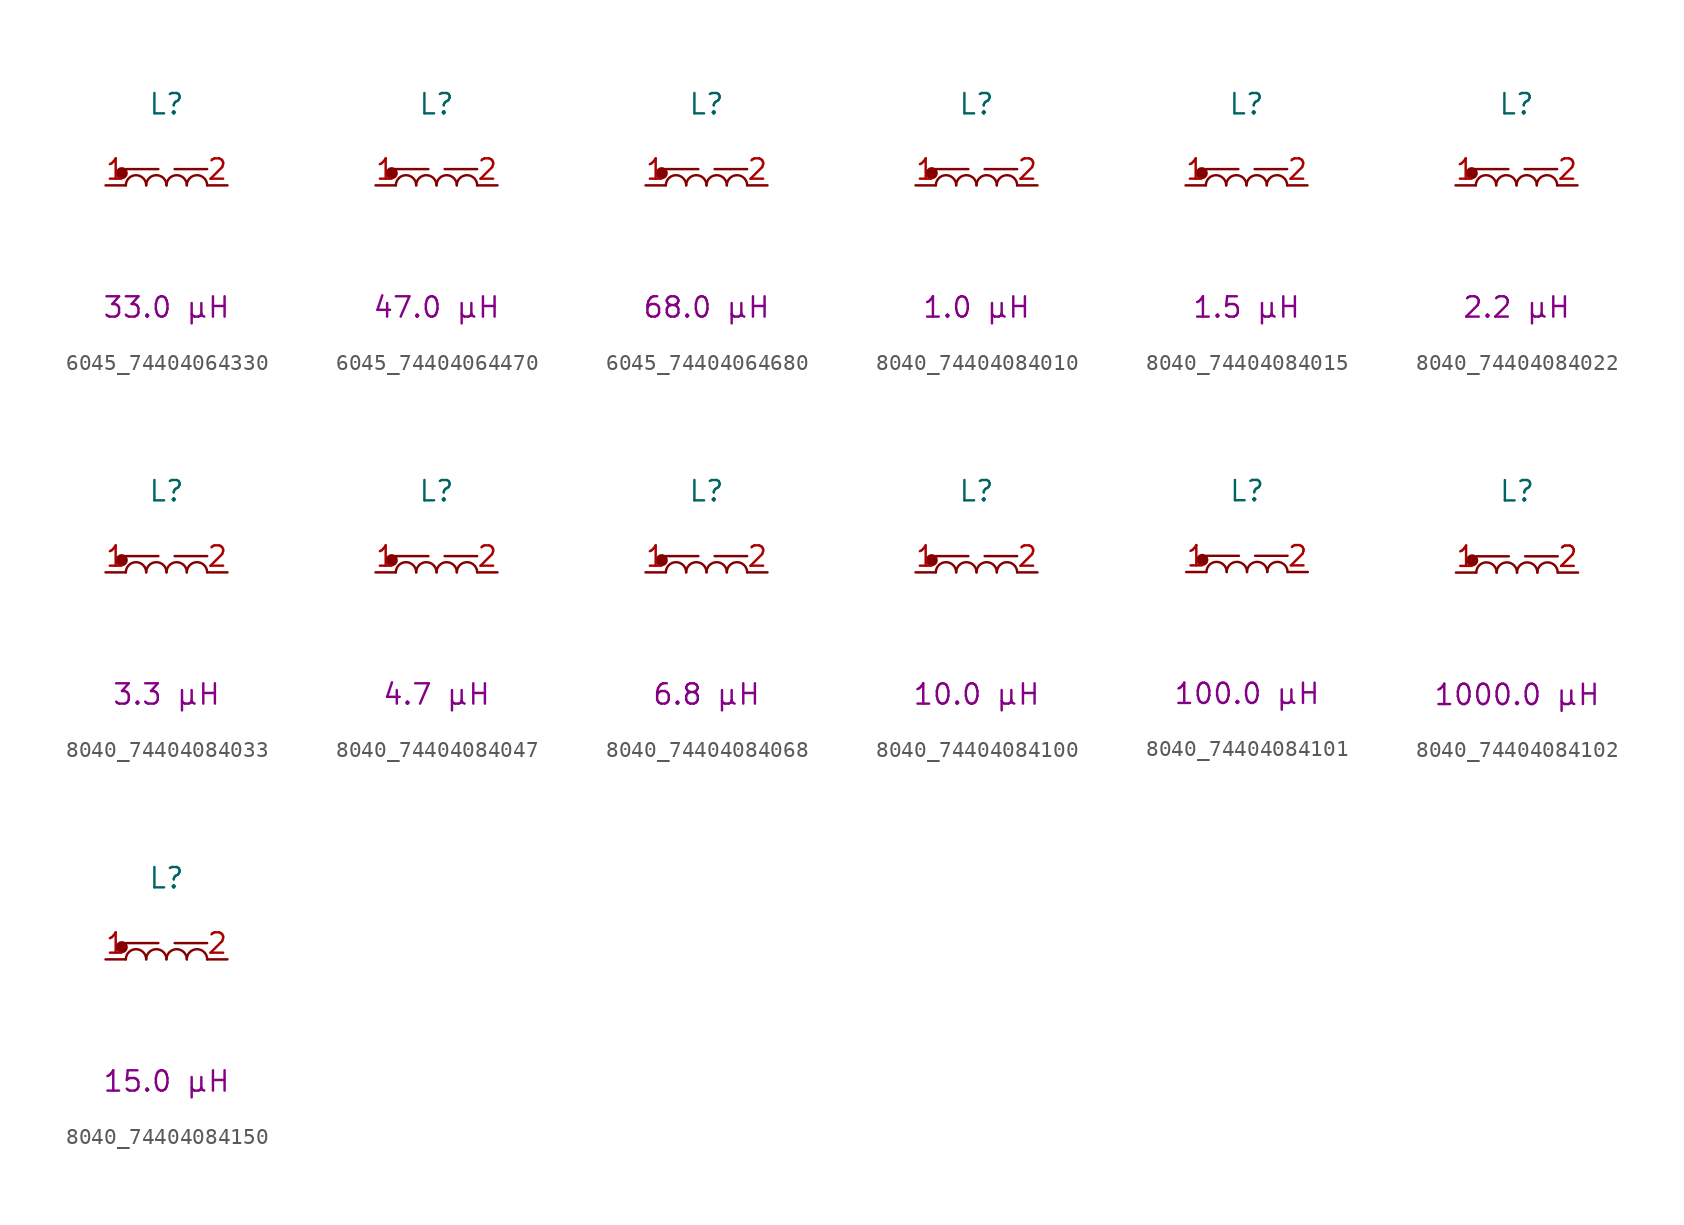
<source format=kicad_sym>
(kicad_symbol_lib
  (version 20220914)
  (generator kicad_symbol_editor)
  (symbol "6045_74404064330"
    (pin_names hide)
    (property "Reference" "L"
      (at 0 5.08 0)
      (effects (font (size 1.27 1.27))))
    (property "Critical Parameter" "33.0 µH"
      (at 0 -7.62 0)
      (effects (font (size 1.27 1.27))))
    (symbol "6045_74404064330_0_1"
      (arc (start -1.27 0) (mid -1.905 0.6323) (end -2.54 0) (stroke (width 0) (type default)) (fill (type none)))
      (arc (start 0 0) (mid -0.635 0.6323) (end -1.27 0) (stroke (width 0) (type default)) (fill (type none)))
      (polyline (pts (xy -2.54 1.016) (xy -0.508 1.016)) (stroke (width 0) (type default)) (fill (type none)))
      (arc (start 1.27 0) (mid 0.635 0.6323) (end 0 0) (stroke (width 0) (type default)) (fill (type none)))
      (arc (start 2.54 0) (mid 1.905 0.6323) (end 1.27 0) (stroke (width 0) (type default)) (fill (type none))))
    (symbol "6045_74404064330_1_1"
      (circle (center -2.794 0.762) (radius 0.0001) (stroke (width 0.381) (type default)) (fill (type none)))
      (polyline (pts (xy 2.54 1.016) (xy 0.508 1.016)) (stroke (width 0) (type default)) (fill (type none)))
      (pin passive line (at -3.81 0 0) (length 1.27) (name "1" (effects (font (size 1.27 1.27)))) (number "1" (effects (font (size 1.27 1.27)))))
      (pin passive line (at 3.81 0 180) (length 1.27) (name "2" (effects (font (size 1.27 1.27)))) (number "2" (effects (font (size 1.27 1.27)))))))
  (symbol "6045_74404064470"
    (pin_names hide)
    (property "Reference" "L"
      (at 0 5.08 0)
      (effects (font (size 1.27 1.27))))
    (property "Critical Parameter" "47.0 µH"
      (at 0 -7.62 0)
      (effects (font (size 1.27 1.27))))
    (symbol "6045_74404064470_0_1"
      (arc (start -1.27 0) (mid -1.905 0.6323) (end -2.54 0) (stroke (width 0) (type default)) (fill (type none)))
      (arc (start 0 0) (mid -0.635 0.6323) (end -1.27 0) (stroke (width 0) (type default)) (fill (type none)))
      (polyline (pts (xy -2.54 1.016) (xy -0.508 1.016)) (stroke (width 0) (type default)) (fill (type none)))
      (arc (start 1.27 0) (mid 0.635 0.6323) (end 0 0) (stroke (width 0) (type default)) (fill (type none)))
      (arc (start 2.54 0) (mid 1.905 0.6323) (end 1.27 0) (stroke (width 0) (type default)) (fill (type none))))
    (symbol "6045_74404064470_1_1"
      (circle (center -2.794 0.762) (radius 0.0001) (stroke (width 0.381) (type default)) (fill (type none)))
      (polyline (pts (xy 2.54 1.016) (xy 0.508 1.016)) (stroke (width 0) (type default)) (fill (type none)))
      (pin passive line (at -3.81 0 0) (length 1.27) (name "1" (effects (font (size 1.27 1.27)))) (number "1" (effects (font (size 1.27 1.27)))))
      (pin passive line (at 3.81 0 180) (length 1.27) (name "2" (effects (font (size 1.27 1.27)))) (number "2" (effects (font (size 1.27 1.27)))))))
  (symbol "6045_74404064680"
    (pin_names hide)
    (property "Reference" "L"
      (at 0 5.08 0)
      (effects (font (size 1.27 1.27))))
    (property "Critical Parameter" "68.0 µH"
      (at 0 -7.62 0)
      (effects (font (size 1.27 1.27))))
    (symbol "6045_74404064680_0_1"
      (arc (start -1.27 0) (mid -1.905 0.6323) (end -2.54 0) (stroke (width 0) (type default)) (fill (type none)))
      (arc (start 0 0) (mid -0.635 0.6323) (end -1.27 0) (stroke (width 0) (type default)) (fill (type none)))
      (polyline (pts (xy -2.54 1.016) (xy -0.508 1.016)) (stroke (width 0) (type default)) (fill (type none)))
      (arc (start 1.27 0) (mid 0.635 0.6323) (end 0 0) (stroke (width 0) (type default)) (fill (type none)))
      (arc (start 2.54 0) (mid 1.905 0.6323) (end 1.27 0) (stroke (width 0) (type default)) (fill (type none))))
    (symbol "6045_74404064680_1_1"
      (circle (center -2.794 0.762) (radius 0.0001) (stroke (width 0.381) (type default)) (fill (type none)))
      (polyline (pts (xy 2.54 1.016) (xy 0.508 1.016)) (stroke (width 0) (type default)) (fill (type none)))
      (pin passive line (at -3.81 0 0) (length 1.27) (name "1" (effects (font (size 1.27 1.27)))) (number "1" (effects (font (size 1.27 1.27)))))
      (pin passive line (at 3.81 0 180) (length 1.27) (name "2" (effects (font (size 1.27 1.27)))) (number "2" (effects (font (size 1.27 1.27)))))))
  (symbol "8040_74404084010"
    (pin_names hide)
    (property "Reference" "L"
      (at 0 5.08 0)
      (effects (font (size 1.27 1.27))))
    (property "Critical Parameter" "1.0 µH"
      (at 0 -7.62 0)
      (effects (font (size 1.27 1.27))))
    (symbol "8040_74404084010_0_1"
      (arc (start -1.27 0) (mid -1.905 0.6323) (end -2.54 0) (stroke (width 0) (type default)) (fill (type none)))
      (arc (start 0 0) (mid -0.635 0.6323) (end -1.27 0) (stroke (width 0) (type default)) (fill (type none)))
      (polyline (pts (xy -2.54 1.016) (xy -0.508 1.016)) (stroke (width 0) (type default)) (fill (type none)))
      (arc (start 1.27 0) (mid 0.635 0.6323) (end 0 0) (stroke (width 0) (type default)) (fill (type none)))
      (arc (start 2.54 0) (mid 1.905 0.6323) (end 1.27 0) (stroke (width 0) (type default)) (fill (type none))))
    (symbol "8040_74404084010_1_1"
      (circle (center -2.794 0.762) (radius 0.0001) (stroke (width 0.381) (type default)) (fill (type none)))
      (polyline (pts (xy 2.54 1.016) (xy 0.508 1.016)) (stroke (width 0) (type default)) (fill (type none)))
      (pin passive line (at -3.81 0 0) (length 1.27) (name "1" (effects (font (size 1.27 1.27)))) (number "1" (effects (font (size 1.27 1.27)))))
      (pin passive line (at 3.81 0 180) (length 1.27) (name "2" (effects (font (size 1.27 1.27)))) (number "2" (effects (font (size 1.27 1.27)))))))
  (symbol "8040_74404084015"
    (pin_names hide)
    (property "Reference" "L"
      (at 0 5.08 0)
      (effects (font (size 1.27 1.27))))
    (property "Critical Parameter" "1.5 µH"
      (at 0 -7.62 0)
      (effects (font (size 1.27 1.27))))
    (symbol "8040_74404084015_0_1"
      (arc (start -1.27 0) (mid -1.905 0.6323) (end -2.54 0) (stroke (width 0) (type default)) (fill (type none)))
      (arc (start 0 0) (mid -0.635 0.6323) (end -1.27 0) (stroke (width 0) (type default)) (fill (type none)))
      (polyline (pts (xy -2.54 1.016) (xy -0.508 1.016)) (stroke (width 0) (type default)) (fill (type none)))
      (arc (start 1.27 0) (mid 0.635 0.6323) (end 0 0) (stroke (width 0) (type default)) (fill (type none)))
      (arc (start 2.54 0) (mid 1.905 0.6323) (end 1.27 0) (stroke (width 0) (type default)) (fill (type none))))
    (symbol "8040_74404084015_1_1"
      (circle (center -2.794 0.762) (radius 0.0001) (stroke (width 0.381) (type default)) (fill (type none)))
      (polyline (pts (xy 2.54 1.016) (xy 0.508 1.016)) (stroke (width 0) (type default)) (fill (type none)))
      (pin passive line (at -3.81 0 0) (length 1.27) (name "1" (effects (font (size 1.27 1.27)))) (number "1" (effects (font (size 1.27 1.27)))))
      (pin passive line (at 3.81 0 180) (length 1.27) (name "2" (effects (font (size 1.27 1.27)))) (number "2" (effects (font (size 1.27 1.27)))))))
  (symbol "8040_74404084022"
    (pin_names hide)
    (property "Reference" "L"
      (at 0 5.08 0)
      (effects (font (size 1.27 1.27))))
    (property "Critical Parameter" "2.2 µH"
      (at 0 -7.62 0)
      (effects (font (size 1.27 1.27))))
    (symbol "8040_74404084022_0_1"
      (arc (start -1.27 0) (mid -1.905 0.6323) (end -2.54 0) (stroke (width 0) (type default)) (fill (type none)))
      (arc (start 0 0) (mid -0.635 0.6323) (end -1.27 0) (stroke (width 0) (type default)) (fill (type none)))
      (polyline (pts (xy -2.54 1.016) (xy -0.508 1.016)) (stroke (width 0) (type default)) (fill (type none)))
      (arc (start 1.27 0) (mid 0.635 0.6323) (end 0 0) (stroke (width 0) (type default)) (fill (type none)))
      (arc (start 2.54 0) (mid 1.905 0.6323) (end 1.27 0) (stroke (width 0) (type default)) (fill (type none))))
    (symbol "8040_74404084022_1_1"
      (circle (center -2.794 0.762) (radius 0.0001) (stroke (width 0.381) (type default)) (fill (type none)))
      (polyline (pts (xy 2.54 1.016) (xy 0.508 1.016)) (stroke (width 0) (type default)) (fill (type none)))
      (pin passive line (at -3.81 0 0) (length 1.27) (name "1" (effects (font (size 1.27 1.27)))) (number "1" (effects (font (size 1.27 1.27)))))
      (pin passive line (at 3.81 0 180) (length 1.27) (name "2" (effects (font (size 1.27 1.27)))) (number "2" (effects (font (size 1.27 1.27)))))))
  (symbol "8040_74404084033"
    (pin_names hide)
    (property "Reference" "L"
      (at 0 5.08 0)
      (effects (font (size 1.27 1.27))))
    (property "Critical Parameter" "3.3 µH"
      (at 0 -7.62 0)
      (effects (font (size 1.27 1.27))))
    (symbol "8040_74404084033_0_1"
      (arc (start -1.27 0) (mid -1.905 0.6323) (end -2.54 0) (stroke (width 0) (type default)) (fill (type none)))
      (arc (start 0 0) (mid -0.635 0.6323) (end -1.27 0) (stroke (width 0) (type default)) (fill (type none)))
      (polyline (pts (xy -2.54 1.016) (xy -0.508 1.016)) (stroke (width 0) (type default)) (fill (type none)))
      (arc (start 1.27 0) (mid 0.635 0.6323) (end 0 0) (stroke (width 0) (type default)) (fill (type none)))
      (arc (start 2.54 0) (mid 1.905 0.6323) (end 1.27 0) (stroke (width 0) (type default)) (fill (type none))))
    (symbol "8040_74404084033_1_1"
      (circle (center -2.794 0.762) (radius 0.0001) (stroke (width 0.381) (type default)) (fill (type none)))
      (polyline (pts (xy 2.54 1.016) (xy 0.508 1.016)) (stroke (width 0) (type default)) (fill (type none)))
      (pin passive line (at -3.81 0 0) (length 1.27) (name "1" (effects (font (size 1.27 1.27)))) (number "1" (effects (font (size 1.27 1.27)))))
      (pin passive line (at 3.81 0 180) (length 1.27) (name "2" (effects (font (size 1.27 1.27)))) (number "2" (effects (font (size 1.27 1.27)))))))
  (symbol "8040_74404084047"
    (pin_names hide)
    (property "Reference" "L"
      (at 0 5.08 0)
      (effects (font (size 1.27 1.27))))
    (property "Critical Parameter" "4.7 µH"
      (at 0 -7.62 0)
      (effects (font (size 1.27 1.27))))
    (symbol "8040_74404084047_0_1"
      (arc (start -1.27 0) (mid -1.905 0.6323) (end -2.54 0) (stroke (width 0) (type default)) (fill (type none)))
      (arc (start 0 0) (mid -0.635 0.6323) (end -1.27 0) (stroke (width 0) (type default)) (fill (type none)))
      (polyline (pts (xy -2.54 1.016) (xy -0.508 1.016)) (stroke (width 0) (type default)) (fill (type none)))
      (arc (start 1.27 0) (mid 0.635 0.6323) (end 0 0) (stroke (width 0) (type default)) (fill (type none)))
      (arc (start 2.54 0) (mid 1.905 0.6323) (end 1.27 0) (stroke (width 0) (type default)) (fill (type none))))
    (symbol "8040_74404084047_1_1"
      (circle (center -2.794 0.762) (radius 0.0001) (stroke (width 0.381) (type default)) (fill (type none)))
      (polyline (pts (xy 2.54 1.016) (xy 0.508 1.016)) (stroke (width 0) (type default)) (fill (type none)))
      (pin passive line (at -3.81 0 0) (length 1.27) (name "1" (effects (font (size 1.27 1.27)))) (number "1" (effects (font (size 1.27 1.27)))))
      (pin passive line (at 3.81 0 180) (length 1.27) (name "2" (effects (font (size 1.27 1.27)))) (number "2" (effects (font (size 1.27 1.27)))))))
  (symbol "8040_74404084068"
    (pin_names hide)
    (property "Reference" "L"
      (at 0 5.08 0)
      (effects (font (size 1.27 1.27))))
    (property "Critical Parameter" "6.8 µH"
      (at 0 -7.62 0)
      (effects (font (size 1.27 1.27))))
    (symbol "8040_74404084068_0_1"
      (arc (start -1.27 0) (mid -1.905 0.6323) (end -2.54 0) (stroke (width 0) (type default)) (fill (type none)))
      (arc (start 0 0) (mid -0.635 0.6323) (end -1.27 0) (stroke (width 0) (type default)) (fill (type none)))
      (polyline (pts (xy -2.54 1.016) (xy -0.508 1.016)) (stroke (width 0) (type default)) (fill (type none)))
      (arc (start 1.27 0) (mid 0.635 0.6323) (end 0 0) (stroke (width 0) (type default)) (fill (type none)))
      (arc (start 2.54 0) (mid 1.905 0.6323) (end 1.27 0) (stroke (width 0) (type default)) (fill (type none))))
    (symbol "8040_74404084068_1_1"
      (circle (center -2.794 0.762) (radius 0.0001) (stroke (width 0.381) (type default)) (fill (type none)))
      (polyline (pts (xy 2.54 1.016) (xy 0.508 1.016)) (stroke (width 0) (type default)) (fill (type none)))
      (pin passive line (at -3.81 0 0) (length 1.27) (name "1" (effects (font (size 1.27 1.27)))) (number "1" (effects (font (size 1.27 1.27)))))
      (pin passive line (at 3.81 0 180) (length 1.27) (name "2" (effects (font (size 1.27 1.27)))) (number "2" (effects (font (size 1.27 1.27)))))))
  (symbol "8040_74404084100"
    (pin_names hide)
    (property "Reference" "L"
      (at 0 5.08 0)
      (effects (font (size 1.27 1.27))))
    (property "Critical Parameter" "10.0 µH"
      (at 0 -7.62 0)
      (effects (font (size 1.27 1.27))))
    (symbol "8040_74404084100_0_1"
      (arc (start -1.27 0) (mid -1.905 0.6323) (end -2.54 0) (stroke (width 0) (type default)) (fill (type none)))
      (arc (start 0 0) (mid -0.635 0.6323) (end -1.27 0) (stroke (width 0) (type default)) (fill (type none)))
      (polyline (pts (xy -2.54 1.016) (xy -0.508 1.016)) (stroke (width 0) (type default)) (fill (type none)))
      (arc (start 1.27 0) (mid 0.635 0.6323) (end 0 0) (stroke (width 0) (type default)) (fill (type none)))
      (arc (start 2.54 0) (mid 1.905 0.6323) (end 1.27 0) (stroke (width 0) (type default)) (fill (type none))))
    (symbol "8040_74404084100_1_1"
      (circle (center -2.794 0.762) (radius 0.0001) (stroke (width 0.381) (type default)) (fill (type none)))
      (polyline (pts (xy 2.54 1.016) (xy 0.508 1.016)) (stroke (width 0) (type default)) (fill (type none)))
      (pin passive line (at -3.81 0 0) (length 1.27) (name "1" (effects (font (size 1.27 1.27)))) (number "1" (effects (font (size 1.27 1.27)))))
      (pin passive line (at 3.81 0 180) (length 1.27) (name "2" (effects (font (size 1.27 1.27)))) (number "2" (effects (font (size 1.27 1.27)))))))
  (symbol "8040_74404084101"
    (pin_names hide)
    (property "Reference" "L"
      (at 0 5.08 0)
      (effects (font (size 1.27 1.27))))
    (property "Critical Parameter" "100.0 µH"
      (at 0 -7.62 0)
      (effects (font (size 1.27 1.27))))
    (symbol "8040_74404084101_0_1"
      (arc (start -1.27 0) (mid -1.905 0.6323) (end -2.54 0) (stroke (width 0) (type default)) (fill (type none)))
      (arc (start 0 0) (mid -0.635 0.6323) (end -1.27 0) (stroke (width 0) (type default)) (fill (type none)))
      (polyline (pts (xy -2.54 1.016) (xy -0.508 1.016)) (stroke (width 0) (type default)) (fill (type none)))
      (arc (start 1.27 0) (mid 0.635 0.6323) (end 0 0) (stroke (width 0) (type default)) (fill (type none)))
      (arc (start 2.54 0) (mid 1.905 0.6323) (end 1.27 0) (stroke (width 0) (type default)) (fill (type none))))
    (symbol "8040_74404084101_1_1"
      (circle (center -2.794 0.762) (radius 0.0001) (stroke (width 0.381) (type default)) (fill (type none)))
      (polyline (pts (xy 2.54 1.016) (xy 0.508 1.016)) (stroke (width 0) (type default)) (fill (type none)))
      (pin passive line (at -3.81 0 0) (length 1.27) (name "1" (effects (font (size 1.27 1.27)))) (number "1" (effects (font (size 1.27 1.27)))))
      (pin passive line (at 3.81 0 180) (length 1.27) (name "2" (effects (font (size 1.27 1.27)))) (number "2" (effects (font (size 1.27 1.27)))))))
  (symbol "8040_74404084102"
    (pin_names hide)
    (property "Reference" "L"
      (at 0 5.08 0)
      (effects (font (size 1.27 1.27))))
    (property "Critical Parameter" "1000.0 µH"
      (at 0 -7.62 0)
      (effects (font (size 1.27 1.27))))
    (symbol "8040_74404084102_0_1"
      (arc (start -1.27 0) (mid -1.905 0.6323) (end -2.54 0) (stroke (width 0) (type default)) (fill (type none)))
      (arc (start 0 0) (mid -0.635 0.6323) (end -1.27 0) (stroke (width 0) (type default)) (fill (type none)))
      (polyline (pts (xy -2.54 1.016) (xy -0.508 1.016)) (stroke (width 0) (type default)) (fill (type none)))
      (arc (start 1.27 0) (mid 0.635 0.6323) (end 0 0) (stroke (width 0) (type default)) (fill (type none)))
      (arc (start 2.54 0) (mid 1.905 0.6323) (end 1.27 0) (stroke (width 0) (type default)) (fill (type none))))
    (symbol "8040_74404084102_1_1"
      (circle (center -2.794 0.762) (radius 0.0001) (stroke (width 0.381) (type default)) (fill (type none)))
      (polyline (pts (xy 2.54 1.016) (xy 0.508 1.016)) (stroke (width 0) (type default)) (fill (type none)))
      (pin passive line (at -3.81 0 0) (length 1.27) (name "1" (effects (font (size 1.27 1.27)))) (number "1" (effects (font (size 1.27 1.27)))))
      (pin passive line (at 3.81 0 180) (length 1.27) (name "2" (effects (font (size 1.27 1.27)))) (number "2" (effects (font (size 1.27 1.27)))))))
  (symbol "8040_74404084150"
    (pin_names hide)
    (property "Reference" "L"
      (at 0 5.08 0)
      (effects (font (size 1.27 1.27))))
    (property "Critical Parameter" "15.0 µH"
      (at 0 -7.62 0)
      (effects (font (size 1.27 1.27))))
    (symbol "8040_74404084150_0_1"
      (arc (start -1.27 0) (mid -1.905 0.6323) (end -2.54 0) (stroke (width 0) (type default)) (fill (type none)))
      (arc (start 0 0) (mid -0.635 0.6323) (end -1.27 0) (stroke (width 0) (type default)) (fill (type none)))
      (polyline (pts (xy -2.54 1.016) (xy -0.508 1.016)) (stroke (width 0) (type default)) (fill (type none)))
      (arc (start 1.27 0) (mid 0.635 0.6323) (end 0 0) (stroke (width 0) (type default)) (fill (type none)))
      (arc (start 2.54 0) (mid 1.905 0.6323) (end 1.27 0) (stroke (width 0) (type default)) (fill (type none))))
    (symbol "8040_74404084150_1_1"
      (circle (center -2.794 0.762) (radius 0.0001) (stroke (width 0.381) (type default)) (fill (type none)))
      (polyline (pts (xy 2.54 1.016) (xy 0.508 1.016)) (stroke (width 0) (type default)) (fill (type none)))
      (pin passive line (at -3.81 0 0) (length 1.27) (name "1" (effects (font (size 1.27 1.27)))) (number "1" (effects (font (size 1.27 1.27)))))
      (pin passive line (at 3.81 0 180) (length 1.27) (name "2" (effects (font (size 1.27 1.27)))) (number "2" (effects (font (size 1.27 1.27))))))))
</source>
